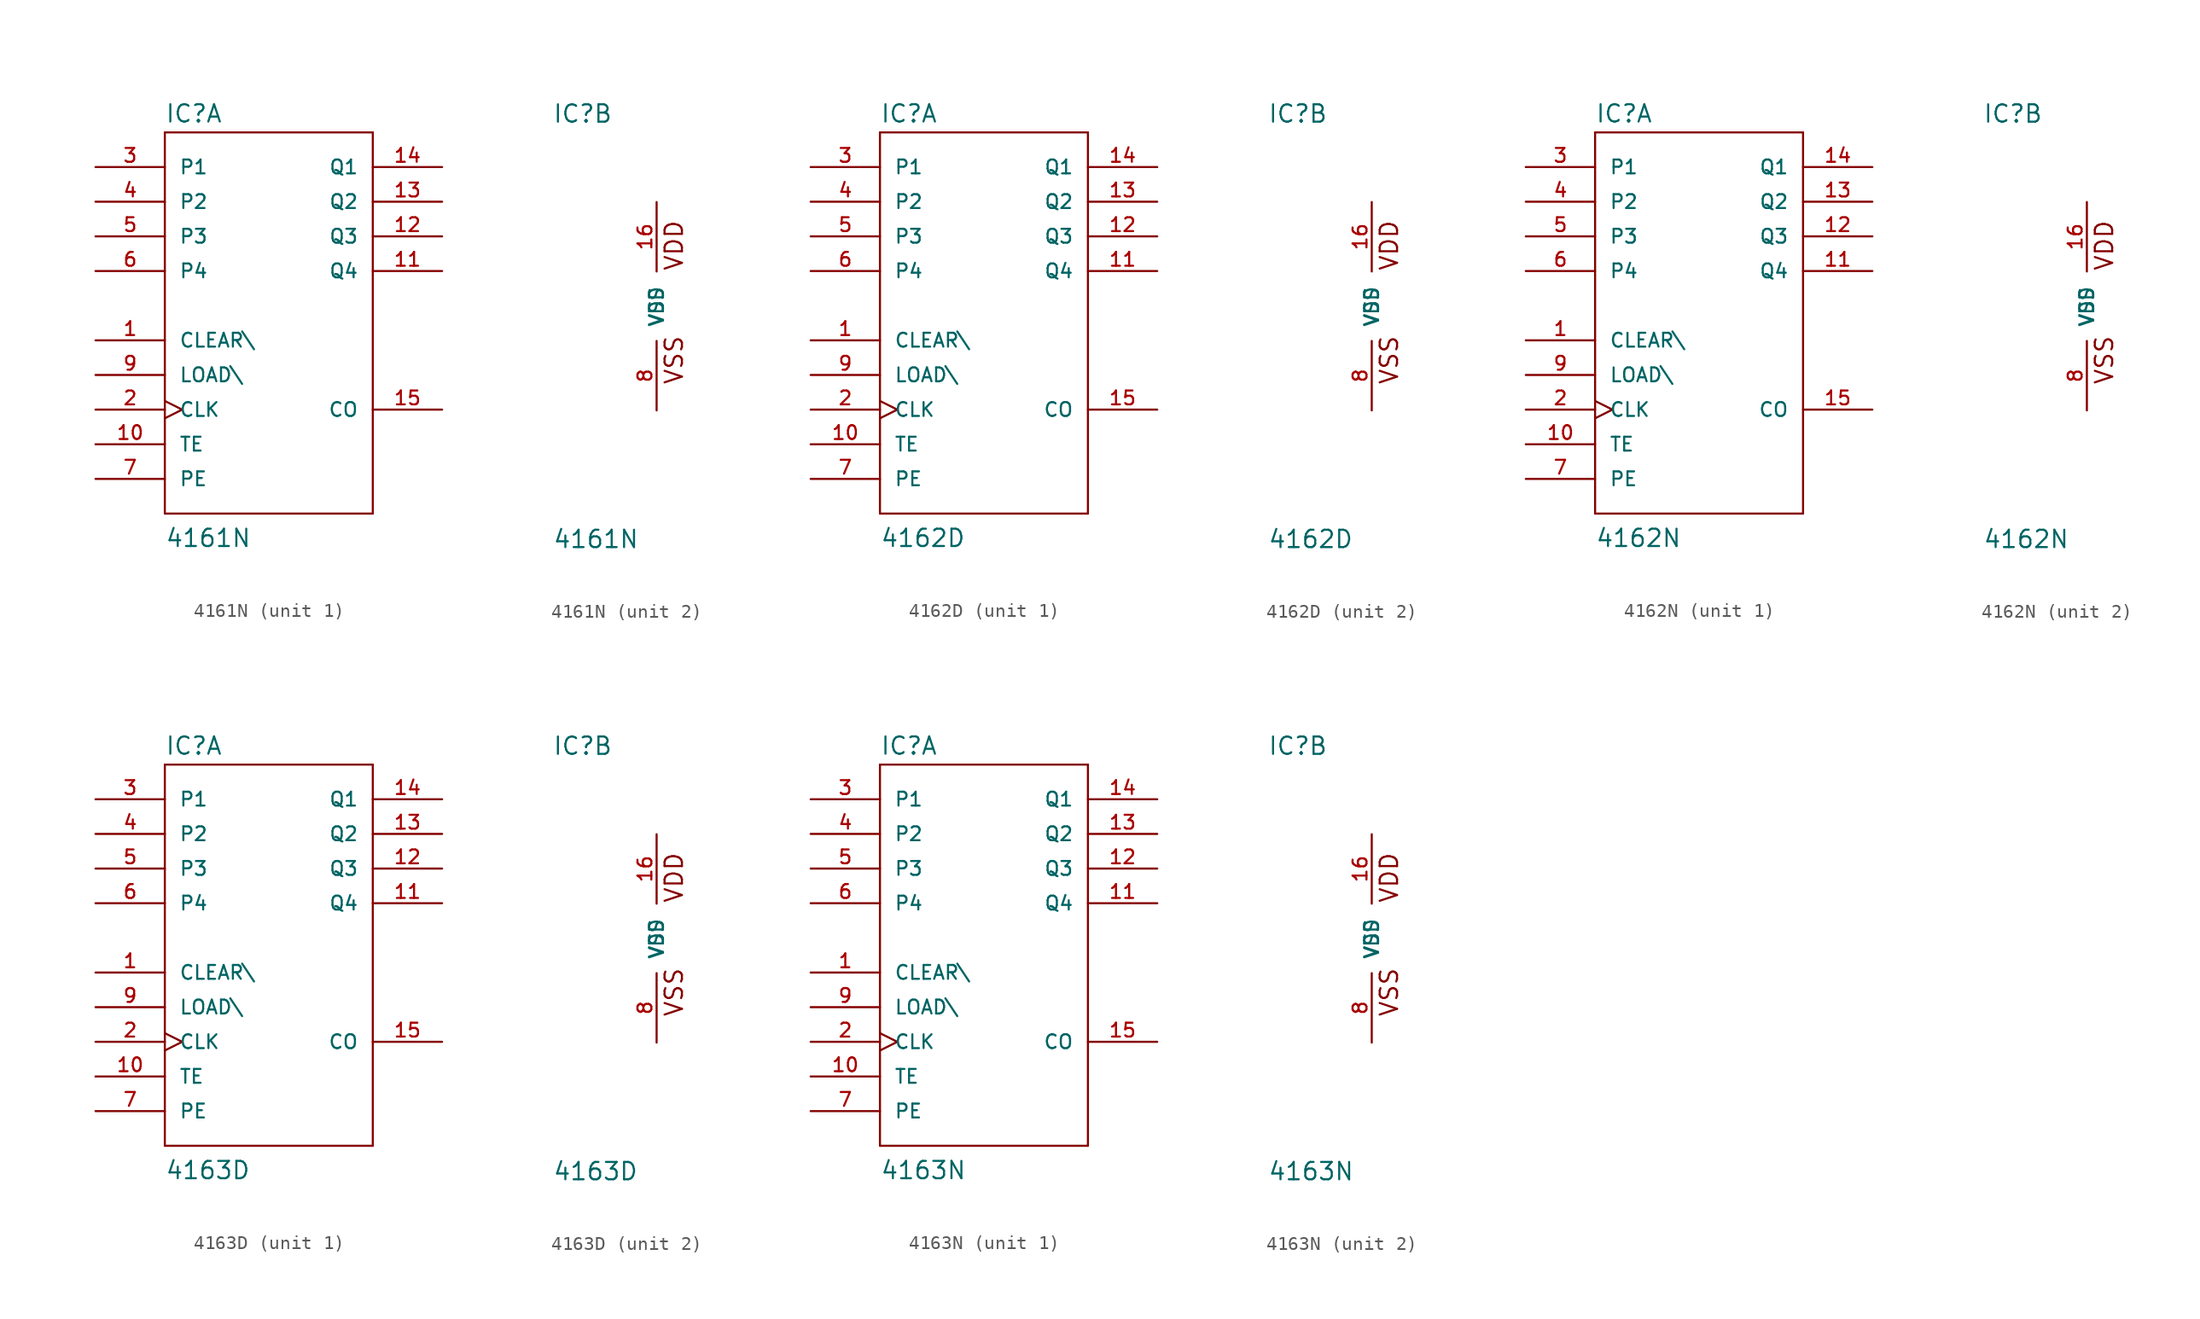
<source format=kicad_sym>
(kicad_symbol_lib
  (version 20211014)
  (generator kicad_symbol_editor)
  (symbol "4161N"
    (pin_names
      (offset 1.016))
    (property "Reference" "IC"
      (at -7.62 13.335 0)
      (effects (font (size 1.27 1.27)) (justify left bottom)))
    (property "Value" "4161N"
      (at -7.62 -17.78 0)
      (effects (font (size 1.27 1.27)) (justify left bottom)))
    (property "ki_locked" ""
      (at 0 0 0)
      (effects (font (size 1.27 1.27))))
    (symbol "4161N_1_0"
      (polyline (pts (xy -7.62 -15.24) (xy 7.62 -15.24)) (stroke (width 0) (type default) (color 0 0 0 0)) (fill (type none)))
      (polyline (pts (xy -7.62 12.7) (xy -7.62 -15.24)) (stroke (width 0) (type default) (color 0 0 0 0)) (fill (type none)))
      (polyline (pts (xy 7.62 -15.24) (xy 7.62 12.7)) (stroke (width 0) (type default) (color 0 0 0 0)) (fill (type none)))
      (polyline (pts (xy 7.62 12.7) (xy -7.62 12.7)) (stroke (width 0) (type default) (color 0 0 0 0)) (fill (type none))))
    (symbol "4161N_1_1"
      (pin input line (at -12.7 -2.54 0) (length 5.08) (name "CLEAR\\" (effects (font (size 1.016 1.016)))) (number "1" (effects (font (size 1.016 1.016)))))
      (pin input line (at -12.7 -10.16 0) (length 5.08) (name "TE" (effects (font (size 1.016 1.016)))) (number "10" (effects (font (size 1.016 1.016)))))
      (pin output line (at 12.7 2.54 180) (length 5.08) (name "Q4" (effects (font (size 1.016 1.016)))) (number "11" (effects (font (size 1.016 1.016)))))
      (pin output line (at 12.7 5.08 180) (length 5.08) (name "Q3" (effects (font (size 1.016 1.016)))) (number "12" (effects (font (size 1.016 1.016)))))
      (pin output line (at 12.7 7.62 180) (length 5.08) (name "Q2" (effects (font (size 1.016 1.016)))) (number "13" (effects (font (size 1.016 1.016)))))
      (pin output line (at 12.7 10.16 180) (length 5.08) (name "Q1" (effects (font (size 1.016 1.016)))) (number "14" (effects (font (size 1.016 1.016)))))
      (pin output line (at 12.7 -7.62 180) (length 5.08) (name "CO" (effects (font (size 1.016 1.016)))) (number "15" (effects (font (size 1.016 1.016)))))
      (pin input clock (at -12.7 -7.62 0) (length 5.08) (name "CLK" (effects (font (size 1.016 1.016)))) (number "2" (effects (font (size 1.016 1.016)))))
      (pin input line (at -12.7 10.16 0) (length 5.08) (name "P1" (effects (font (size 1.016 1.016)))) (number "3" (effects (font (size 1.016 1.016)))))
      (pin input line (at -12.7 7.62 0) (length 5.08) (name "P2" (effects (font (size 1.016 1.016)))) (number "4" (effects (font (size 1.016 1.016)))))
      (pin input line (at -12.7 5.08 0) (length 5.08) (name "P3" (effects (font (size 1.016 1.016)))) (number "5" (effects (font (size 1.016 1.016)))))
      (pin input line (at -12.7 2.54 0) (length 5.08) (name "P4" (effects (font (size 1.016 1.016)))) (number "6" (effects (font (size 1.016 1.016)))))
      (pin input line (at -12.7 -12.7 0) (length 5.08) (name "PE" (effects (font (size 1.016 1.016)))) (number "7" (effects (font (size 1.016 1.016)))))
      (pin input line (at -12.7 -5.08 0) (length 5.08) (name "LOAD\\" (effects (font (size 1.016 1.016)))) (number "9" (effects (font (size 1.016 1.016))))))
    (symbol "4161N_2_0"
      (text "VDD" (at 1.27 4.445 1) (effects (font (size 1.27 1.27))))
      (text "VSS" (at 1.27 -3.937 1) (effects (font (size 1.27 1.27)))))
    (symbol "4161N_2_1"
      (pin power_in line (at 0 7.62 270) (length 5.08) (name "VDD" (effects (font (size 1.016 1.016)))) (number "16" (effects (font (size 1.016 1.016)))))
      (pin power_in line (at 0 -7.62 90) (length 5.08) (name "VSS" (effects (font (size 1.016 1.016)))) (number "8" (effects (font (size 1.016 1.016)))))))
  (symbol "4162D"
    (pin_names
      (offset 1.016))
    (property "Reference" "IC"
      (at -7.62 13.335 0)
      (effects (font (size 1.27 1.27)) (justify left bottom)))
    (property "Value" "4162D"
      (at -7.62 -17.78 0)
      (effects (font (size 1.27 1.27)) (justify left bottom)))
    (property "ki_locked" ""
      (at 0 0 0)
      (effects (font (size 1.27 1.27))))
    (symbol "4162D_1_0"
      (polyline (pts (xy -7.62 -15.24) (xy 7.62 -15.24)) (stroke (width 0) (type default) (color 0 0 0 0)) (fill (type none)))
      (polyline (pts (xy -7.62 12.7) (xy -7.62 -15.24)) (stroke (width 0) (type default) (color 0 0 0 0)) (fill (type none)))
      (polyline (pts (xy 7.62 -15.24) (xy 7.62 12.7)) (stroke (width 0) (type default) (color 0 0 0 0)) (fill (type none)))
      (polyline (pts (xy 7.62 12.7) (xy -7.62 12.7)) (stroke (width 0) (type default) (color 0 0 0 0)) (fill (type none))))
    (symbol "4162D_1_1"
      (pin input line (at -12.7 -2.54 0) (length 5.08) (name "CLEAR\\" (effects (font (size 1.016 1.016)))) (number "1" (effects (font (size 1.016 1.016)))))
      (pin input line (at -12.7 -10.16 0) (length 5.08) (name "TE" (effects (font (size 1.016 1.016)))) (number "10" (effects (font (size 1.016 1.016)))))
      (pin output line (at 12.7 2.54 180) (length 5.08) (name "Q4" (effects (font (size 1.016 1.016)))) (number "11" (effects (font (size 1.016 1.016)))))
      (pin output line (at 12.7 5.08 180) (length 5.08) (name "Q3" (effects (font (size 1.016 1.016)))) (number "12" (effects (font (size 1.016 1.016)))))
      (pin output line (at 12.7 7.62 180) (length 5.08) (name "Q2" (effects (font (size 1.016 1.016)))) (number "13" (effects (font (size 1.016 1.016)))))
      (pin output line (at 12.7 10.16 180) (length 5.08) (name "Q1" (effects (font (size 1.016 1.016)))) (number "14" (effects (font (size 1.016 1.016)))))
      (pin output line (at 12.7 -7.62 180) (length 5.08) (name "CO" (effects (font (size 1.016 1.016)))) (number "15" (effects (font (size 1.016 1.016)))))
      (pin input clock (at -12.7 -7.62 0) (length 5.08) (name "CLK" (effects (font (size 1.016 1.016)))) (number "2" (effects (font (size 1.016 1.016)))))
      (pin input line (at -12.7 10.16 0) (length 5.08) (name "P1" (effects (font (size 1.016 1.016)))) (number "3" (effects (font (size 1.016 1.016)))))
      (pin input line (at -12.7 7.62 0) (length 5.08) (name "P2" (effects (font (size 1.016 1.016)))) (number "4" (effects (font (size 1.016 1.016)))))
      (pin input line (at -12.7 5.08 0) (length 5.08) (name "P3" (effects (font (size 1.016 1.016)))) (number "5" (effects (font (size 1.016 1.016)))))
      (pin input line (at -12.7 2.54 0) (length 5.08) (name "P4" (effects (font (size 1.016 1.016)))) (number "6" (effects (font (size 1.016 1.016)))))
      (pin input line (at -12.7 -12.7 0) (length 5.08) (name "PE" (effects (font (size 1.016 1.016)))) (number "7" (effects (font (size 1.016 1.016)))))
      (pin input line (at -12.7 -5.08 0) (length 5.08) (name "LOAD\\" (effects (font (size 1.016 1.016)))) (number "9" (effects (font (size 1.016 1.016))))))
    (symbol "4162D_2_0"
      (text "VDD" (at 1.27 4.445 1) (effects (font (size 1.27 1.27))))
      (text "VSS" (at 1.27 -3.937 1) (effects (font (size 1.27 1.27)))))
    (symbol "4162D_2_1"
      (pin power_in line (at 0 7.62 270) (length 5.08) (name "VDD" (effects (font (size 1.016 1.016)))) (number "16" (effects (font (size 1.016 1.016)))))
      (pin power_in line (at 0 -7.62 90) (length 5.08) (name "VSS" (effects (font (size 1.016 1.016)))) (number "8" (effects (font (size 1.016 1.016)))))))
  (symbol "4162N"
    (pin_names
      (offset 1.016))
    (property "Reference" "IC"
      (at -7.62 13.335 0)
      (effects (font (size 1.27 1.27)) (justify left bottom)))
    (property "Value" "4162N"
      (at -7.62 -17.78 0)
      (effects (font (size 1.27 1.27)) (justify left bottom)))
    (property "ki_locked" ""
      (at 0 0 0)
      (effects (font (size 1.27 1.27))))
    (symbol "4162N_1_0"
      (polyline (pts (xy -7.62 -15.24) (xy 7.62 -15.24)) (stroke (width 0) (type default) (color 0 0 0 0)) (fill (type none)))
      (polyline (pts (xy -7.62 12.7) (xy -7.62 -15.24)) (stroke (width 0) (type default) (color 0 0 0 0)) (fill (type none)))
      (polyline (pts (xy 7.62 -15.24) (xy 7.62 12.7)) (stroke (width 0) (type default) (color 0 0 0 0)) (fill (type none)))
      (polyline (pts (xy 7.62 12.7) (xy -7.62 12.7)) (stroke (width 0) (type default) (color 0 0 0 0)) (fill (type none))))
    (symbol "4162N_1_1"
      (pin input line (at -12.7 -2.54 0) (length 5.08) (name "CLEAR\\" (effects (font (size 1.016 1.016)))) (number "1" (effects (font (size 1.016 1.016)))))
      (pin input line (at -12.7 -10.16 0) (length 5.08) (name "TE" (effects (font (size 1.016 1.016)))) (number "10" (effects (font (size 1.016 1.016)))))
      (pin output line (at 12.7 2.54 180) (length 5.08) (name "Q4" (effects (font (size 1.016 1.016)))) (number "11" (effects (font (size 1.016 1.016)))))
      (pin output line (at 12.7 5.08 180) (length 5.08) (name "Q3" (effects (font (size 1.016 1.016)))) (number "12" (effects (font (size 1.016 1.016)))))
      (pin output line (at 12.7 7.62 180) (length 5.08) (name "Q2" (effects (font (size 1.016 1.016)))) (number "13" (effects (font (size 1.016 1.016)))))
      (pin output line (at 12.7 10.16 180) (length 5.08) (name "Q1" (effects (font (size 1.016 1.016)))) (number "14" (effects (font (size 1.016 1.016)))))
      (pin output line (at 12.7 -7.62 180) (length 5.08) (name "CO" (effects (font (size 1.016 1.016)))) (number "15" (effects (font (size 1.016 1.016)))))
      (pin input clock (at -12.7 -7.62 0) (length 5.08) (name "CLK" (effects (font (size 1.016 1.016)))) (number "2" (effects (font (size 1.016 1.016)))))
      (pin input line (at -12.7 10.16 0) (length 5.08) (name "P1" (effects (font (size 1.016 1.016)))) (number "3" (effects (font (size 1.016 1.016)))))
      (pin input line (at -12.7 7.62 0) (length 5.08) (name "P2" (effects (font (size 1.016 1.016)))) (number "4" (effects (font (size 1.016 1.016)))))
      (pin input line (at -12.7 5.08 0) (length 5.08) (name "P3" (effects (font (size 1.016 1.016)))) (number "5" (effects (font (size 1.016 1.016)))))
      (pin input line (at -12.7 2.54 0) (length 5.08) (name "P4" (effects (font (size 1.016 1.016)))) (number "6" (effects (font (size 1.016 1.016)))))
      (pin input line (at -12.7 -12.7 0) (length 5.08) (name "PE" (effects (font (size 1.016 1.016)))) (number "7" (effects (font (size 1.016 1.016)))))
      (pin input line (at -12.7 -5.08 0) (length 5.08) (name "LOAD\\" (effects (font (size 1.016 1.016)))) (number "9" (effects (font (size 1.016 1.016))))))
    (symbol "4162N_2_0"
      (text "VDD" (at 1.27 4.445 1) (effects (font (size 1.27 1.27))))
      (text "VSS" (at 1.27 -3.937 1) (effects (font (size 1.27 1.27)))))
    (symbol "4162N_2_1"
      (pin power_in line (at 0 7.62 270) (length 5.08) (name "VDD" (effects (font (size 1.016 1.016)))) (number "16" (effects (font (size 1.016 1.016)))))
      (pin power_in line (at 0 -7.62 90) (length 5.08) (name "VSS" (effects (font (size 1.016 1.016)))) (number "8" (effects (font (size 1.016 1.016)))))))
  (symbol "4163D"
    (pin_names
      (offset 1.016))
    (property "Reference" "IC"
      (at -7.62 13.335 0)
      (effects (font (size 1.27 1.27)) (justify left bottom)))
    (property "Value" "4163D"
      (at -7.62 -17.78 0)
      (effects (font (size 1.27 1.27)) (justify left bottom)))
    (property "ki_locked" ""
      (at 0 0 0)
      (effects (font (size 1.27 1.27))))
    (symbol "4163D_1_0"
      (polyline (pts (xy -7.62 -15.24) (xy 7.62 -15.24)) (stroke (width 0) (type default) (color 0 0 0 0)) (fill (type none)))
      (polyline (pts (xy -7.62 12.7) (xy -7.62 -15.24)) (stroke (width 0) (type default) (color 0 0 0 0)) (fill (type none)))
      (polyline (pts (xy 7.62 -15.24) (xy 7.62 12.7)) (stroke (width 0) (type default) (color 0 0 0 0)) (fill (type none)))
      (polyline (pts (xy 7.62 12.7) (xy -7.62 12.7)) (stroke (width 0) (type default) (color 0 0 0 0)) (fill (type none))))
    (symbol "4163D_1_1"
      (pin input line (at -12.7 -2.54 0) (length 5.08) (name "CLEAR\\" (effects (font (size 1.016 1.016)))) (number "1" (effects (font (size 1.016 1.016)))))
      (pin input line (at -12.7 -10.16 0) (length 5.08) (name "TE" (effects (font (size 1.016 1.016)))) (number "10" (effects (font (size 1.016 1.016)))))
      (pin output line (at 12.7 2.54 180) (length 5.08) (name "Q4" (effects (font (size 1.016 1.016)))) (number "11" (effects (font (size 1.016 1.016)))))
      (pin output line (at 12.7 5.08 180) (length 5.08) (name "Q3" (effects (font (size 1.016 1.016)))) (number "12" (effects (font (size 1.016 1.016)))))
      (pin output line (at 12.7 7.62 180) (length 5.08) (name "Q2" (effects (font (size 1.016 1.016)))) (number "13" (effects (font (size 1.016 1.016)))))
      (pin output line (at 12.7 10.16 180) (length 5.08) (name "Q1" (effects (font (size 1.016 1.016)))) (number "14" (effects (font (size 1.016 1.016)))))
      (pin output line (at 12.7 -7.62 180) (length 5.08) (name "CO" (effects (font (size 1.016 1.016)))) (number "15" (effects (font (size 1.016 1.016)))))
      (pin input clock (at -12.7 -7.62 0) (length 5.08) (name "CLK" (effects (font (size 1.016 1.016)))) (number "2" (effects (font (size 1.016 1.016)))))
      (pin input line (at -12.7 10.16 0) (length 5.08) (name "P1" (effects (font (size 1.016 1.016)))) (number "3" (effects (font (size 1.016 1.016)))))
      (pin input line (at -12.7 7.62 0) (length 5.08) (name "P2" (effects (font (size 1.016 1.016)))) (number "4" (effects (font (size 1.016 1.016)))))
      (pin input line (at -12.7 5.08 0) (length 5.08) (name "P3" (effects (font (size 1.016 1.016)))) (number "5" (effects (font (size 1.016 1.016)))))
      (pin input line (at -12.7 2.54 0) (length 5.08) (name "P4" (effects (font (size 1.016 1.016)))) (number "6" (effects (font (size 1.016 1.016)))))
      (pin input line (at -12.7 -12.7 0) (length 5.08) (name "PE" (effects (font (size 1.016 1.016)))) (number "7" (effects (font (size 1.016 1.016)))))
      (pin input line (at -12.7 -5.08 0) (length 5.08) (name "LOAD\\" (effects (font (size 1.016 1.016)))) (number "9" (effects (font (size 1.016 1.016))))))
    (symbol "4163D_2_0"
      (text "VDD" (at 1.27 4.445 1) (effects (font (size 1.27 1.27))))
      (text "VSS" (at 1.27 -3.937 1) (effects (font (size 1.27 1.27)))))
    (symbol "4163D_2_1"
      (pin power_in line (at 0 7.62 270) (length 5.08) (name "VDD" (effects (font (size 1.016 1.016)))) (number "16" (effects (font (size 1.016 1.016)))))
      (pin power_in line (at 0 -7.62 90) (length 5.08) (name "VSS" (effects (font (size 1.016 1.016)))) (number "8" (effects (font (size 1.016 1.016)))))))
  (symbol "4163N"
    (pin_names
      (offset 1.016))
    (property "Reference" "IC"
      (at -7.62 13.335 0)
      (effects (font (size 1.27 1.27)) (justify left bottom)))
    (property "Value" "4163N"
      (at -7.62 -17.78 0)
      (effects (font (size 1.27 1.27)) (justify left bottom)))
    (property "ki_locked" ""
      (at 0 0 0)
      (effects (font (size 1.27 1.27))))
    (symbol "4163N_1_0"
      (polyline (pts (xy -7.62 -15.24) (xy 7.62 -15.24)) (stroke (width 0) (type default) (color 0 0 0 0)) (fill (type none)))
      (polyline (pts (xy -7.62 12.7) (xy -7.62 -15.24)) (stroke (width 0) (type default) (color 0 0 0 0)) (fill (type none)))
      (polyline (pts (xy 7.62 -15.24) (xy 7.62 12.7)) (stroke (width 0) (type default) (color 0 0 0 0)) (fill (type none)))
      (polyline (pts (xy 7.62 12.7) (xy -7.62 12.7)) (stroke (width 0) (type default) (color 0 0 0 0)) (fill (type none))))
    (symbol "4163N_1_1"
      (pin input line (at -12.7 -2.54 0) (length 5.08) (name "CLEAR\\" (effects (font (size 1.016 1.016)))) (number "1" (effects (font (size 1.016 1.016)))))
      (pin input line (at -12.7 -10.16 0) (length 5.08) (name "TE" (effects (font (size 1.016 1.016)))) (number "10" (effects (font (size 1.016 1.016)))))
      (pin output line (at 12.7 2.54 180) (length 5.08) (name "Q4" (effects (font (size 1.016 1.016)))) (number "11" (effects (font (size 1.016 1.016)))))
      (pin output line (at 12.7 5.08 180) (length 5.08) (name "Q3" (effects (font (size 1.016 1.016)))) (number "12" (effects (font (size 1.016 1.016)))))
      (pin output line (at 12.7 7.62 180) (length 5.08) (name "Q2" (effects (font (size 1.016 1.016)))) (number "13" (effects (font (size 1.016 1.016)))))
      (pin output line (at 12.7 10.16 180) (length 5.08) (name "Q1" (effects (font (size 1.016 1.016)))) (number "14" (effects (font (size 1.016 1.016)))))
      (pin output line (at 12.7 -7.62 180) (length 5.08) (name "CO" (effects (font (size 1.016 1.016)))) (number "15" (effects (font (size 1.016 1.016)))))
      (pin input clock (at -12.7 -7.62 0) (length 5.08) (name "CLK" (effects (font (size 1.016 1.016)))) (number "2" (effects (font (size 1.016 1.016)))))
      (pin input line (at -12.7 10.16 0) (length 5.08) (name "P1" (effects (font (size 1.016 1.016)))) (number "3" (effects (font (size 1.016 1.016)))))
      (pin input line (at -12.7 7.62 0) (length 5.08) (name "P2" (effects (font (size 1.016 1.016)))) (number "4" (effects (font (size 1.016 1.016)))))
      (pin input line (at -12.7 5.08 0) (length 5.08) (name "P3" (effects (font (size 1.016 1.016)))) (number "5" (effects (font (size 1.016 1.016)))))
      (pin input line (at -12.7 2.54 0) (length 5.08) (name "P4" (effects (font (size 1.016 1.016)))) (number "6" (effects (font (size 1.016 1.016)))))
      (pin input line (at -12.7 -12.7 0) (length 5.08) (name "PE" (effects (font (size 1.016 1.016)))) (number "7" (effects (font (size 1.016 1.016)))))
      (pin input line (at -12.7 -5.08 0) (length 5.08) (name "LOAD\\" (effects (font (size 1.016 1.016)))) (number "9" (effects (font (size 1.016 1.016))))))
    (symbol "4163N_2_0"
      (text "VDD" (at 1.27 4.445 1) (effects (font (size 1.27 1.27))))
      (text "VSS" (at 1.27 -3.937 1) (effects (font (size 1.27 1.27)))))
    (symbol "4163N_2_1"
      (pin power_in line (at 0 7.62 270) (length 5.08) (name "VDD" (effects (font (size 1.016 1.016)))) (number "16" (effects (font (size 1.016 1.016)))))
      (pin power_in line (at 0 -7.62 90) (length 5.08) (name "VSS" (effects (font (size 1.016 1.016)))) (number "8" (effects (font (size 1.016 1.016))))))))
</source>
